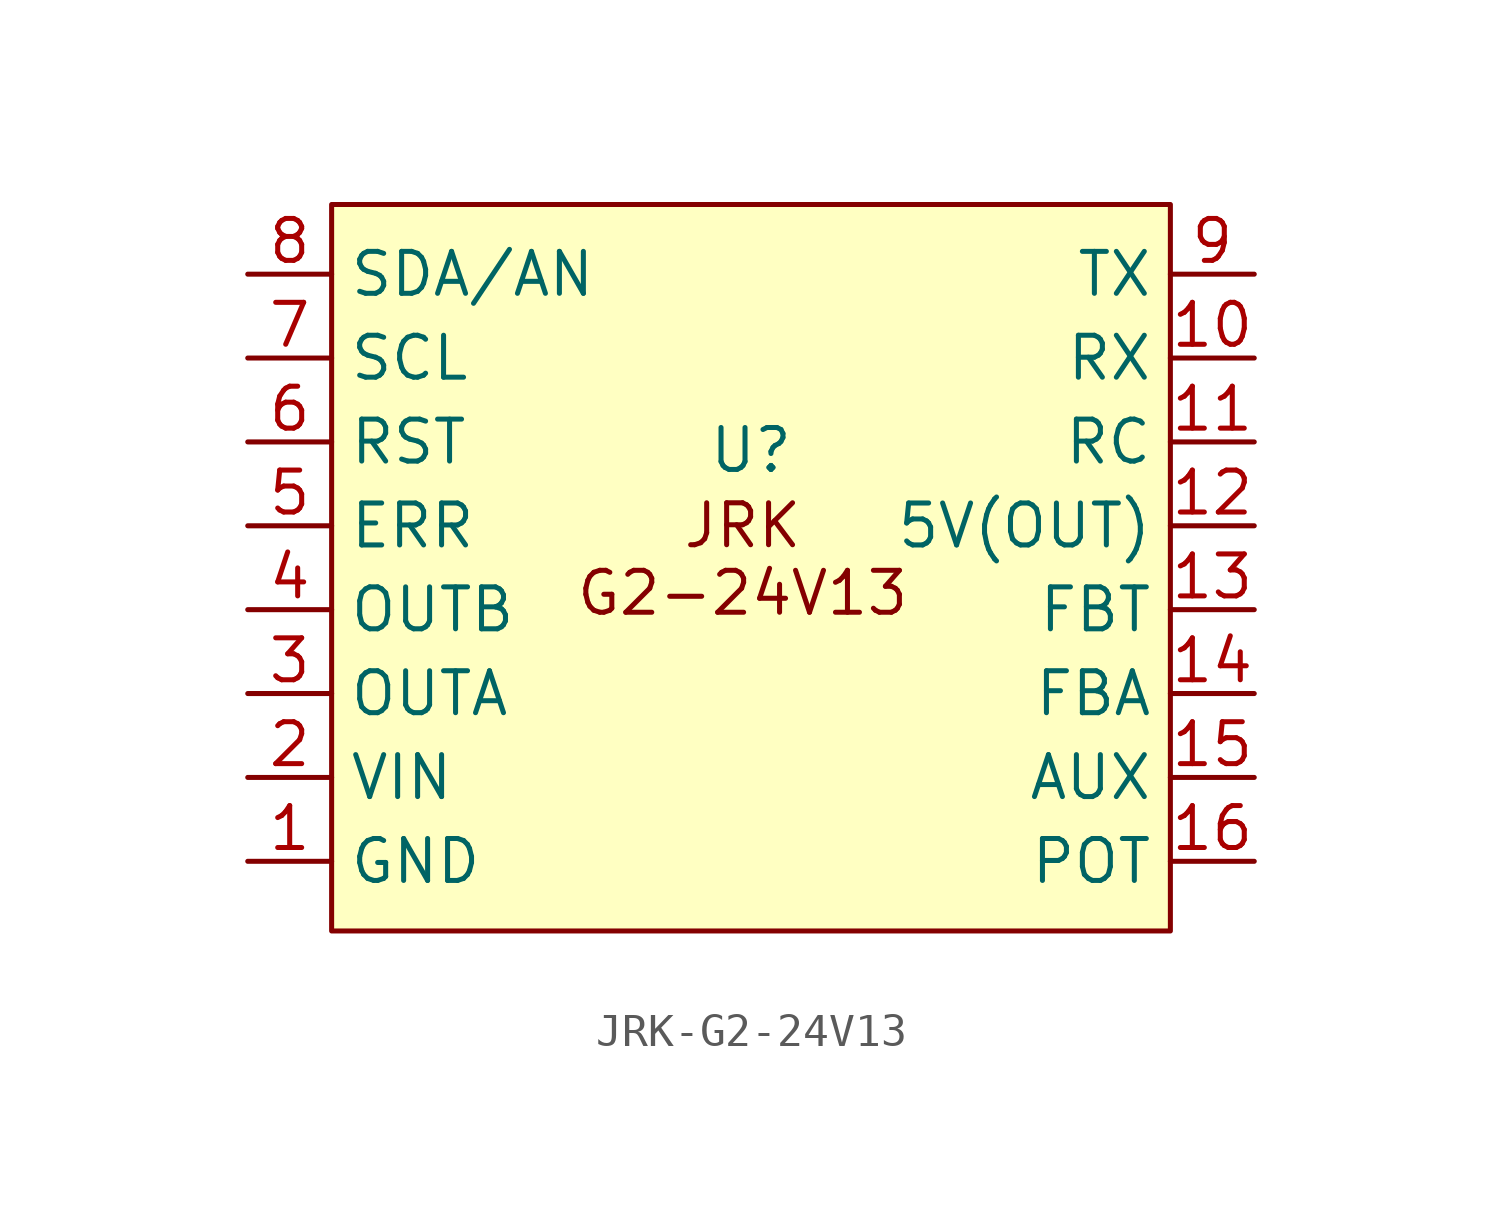
<source format=kicad_sym>
(kicad_symbol_lib
  (version 20231120)
  (generator "kicad_symbol_editor")
  (generator_version "8.0")
  (symbol "JRK-G2-24V13"
    (property "Reference" "U"
      (at 0 3.556 0)
      (effects (font (size 1.27 1.27))))
    (property "Value" ""
      (at -8.89 5.08 0)
      (effects (font (size 1.27 1.27))))
    (symbol "JRK-G2-24V13_1_1"
      (rectangle (start -12.7 11) (end 12.7 -11) (stroke (width 0) (type default)) (fill (type background)))
      (text "JRK\nG2-24V13" (at -0.254 0.254 0) (effects (font (size 1.27 1.27))))
      (pin passive line (at -15.24 -8.89 0) (length 2.54) (name "GND" (effects (font (size 1.27 1.27)))) (number "1" (effects (font (size 1.27 1.27)))))
      (pin passive line (at 15.24 6.35 180) (length 2.54) (name "RX" (effects (font (size 1.27 1.27)))) (number "10" (effects (font (size 1.27 1.27)))))
      (pin passive line (at 15.24 3.81 180) (length 2.54) (name "RC" (effects (font (size 1.27 1.27)))) (number "11" (effects (font (size 1.27 1.27)))))
      (pin passive line (at 15.24 1.27 180) (length 2.54) (name "5V(OUT)" (effects (font (size 1.27 1.27)))) (number "12" (effects (font (size 1.27 1.27)))))
      (pin passive line (at 15.24 -1.27 180) (length 2.54) (name "FBT" (effects (font (size 1.27 1.27)))) (number "13" (effects (font (size 1.27 1.27)))))
      (pin passive line (at 15.24 -3.81 180) (length 2.54) (name "FBA" (effects (font (size 1.27 1.27)))) (number "14" (effects (font (size 1.27 1.27)))))
      (pin passive line (at 15.24 -6.35 180) (length 2.54) (name "AUX" (effects (font (size 1.27 1.27)))) (number "15" (effects (font (size 1.27 1.27)))))
      (pin passive line (at 15.24 -8.89 180) (length 2.54) (name "POT" (effects (font (size 1.27 1.27)))) (number "16" (effects (font (size 1.27 1.27)))))
      (pin passive line (at -15.24 -6.35 0) (length 2.54) (name "VIN" (effects (font (size 1.27 1.27)))) (number "2" (effects (font (size 1.27 1.27)))))
      (pin passive line (at -15.24 -3.81 0) (length 2.54) (name "OUTA" (effects (font (size 1.27 1.27)))) (number "3" (effects (font (size 1.27 1.27)))))
      (pin passive line (at -15.24 -1.27 0) (length 2.54) (name "OUTB" (effects (font (size 1.27 1.27)))) (number "4" (effects (font (size 1.27 1.27)))))
      (pin passive line (at -15.24 1.27 0) (length 2.54) (name "ERR" (effects (font (size 1.27 1.27)))) (number "5" (effects (font (size 1.27 1.27)))))
      (pin passive line (at -15.24 3.81 0) (length 2.54) (name "RST" (effects (font (size 1.27 1.27)))) (number "6" (effects (font (size 1.27 1.27)))))
      (pin passive line (at -15.24 6.35 0) (length 2.54) (name "SCL" (effects (font (size 1.27 1.27)))) (number "7" (effects (font (size 1.27 1.27)))))
      (pin passive line (at -15.24 8.89 0) (length 2.54) (name "SDA/AN" (effects (font (size 1.27 1.27)))) (number "8" (effects (font (size 1.27 1.27)))))
      (pin passive line (at 15.24 8.89 180) (length 2.54) (name "TX" (effects (font (size 1.27 1.27)))) (number "9" (effects (font (size 1.27 1.27))))))))
</source>
